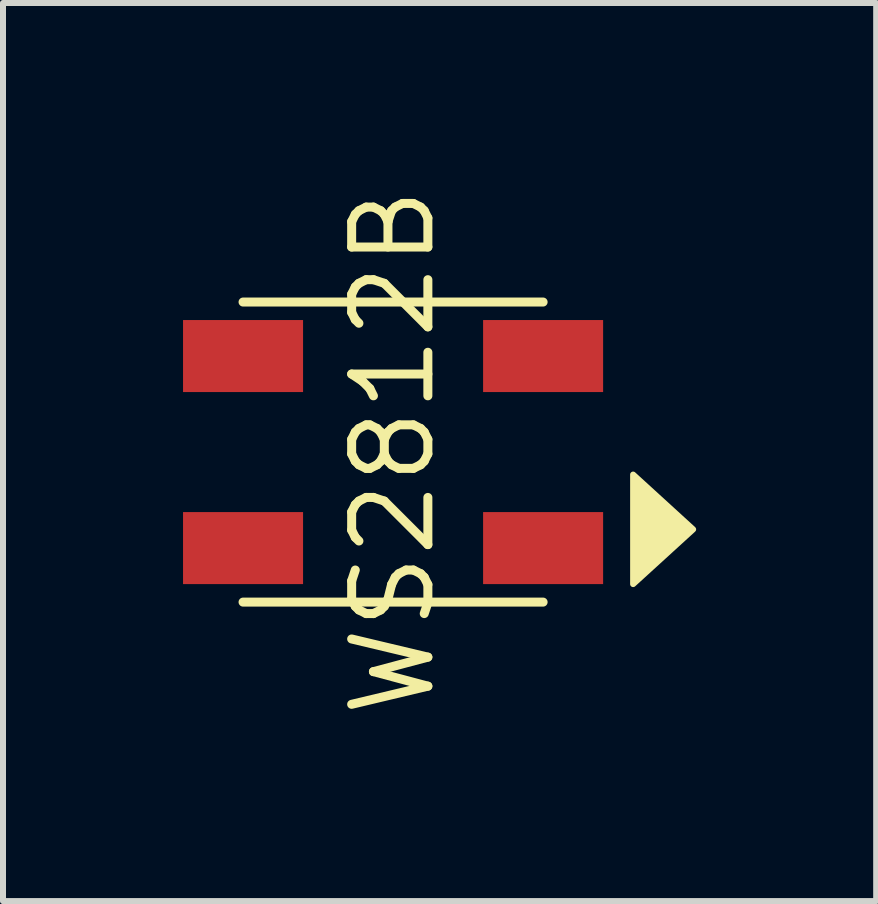
<source format=kicad_pcb>
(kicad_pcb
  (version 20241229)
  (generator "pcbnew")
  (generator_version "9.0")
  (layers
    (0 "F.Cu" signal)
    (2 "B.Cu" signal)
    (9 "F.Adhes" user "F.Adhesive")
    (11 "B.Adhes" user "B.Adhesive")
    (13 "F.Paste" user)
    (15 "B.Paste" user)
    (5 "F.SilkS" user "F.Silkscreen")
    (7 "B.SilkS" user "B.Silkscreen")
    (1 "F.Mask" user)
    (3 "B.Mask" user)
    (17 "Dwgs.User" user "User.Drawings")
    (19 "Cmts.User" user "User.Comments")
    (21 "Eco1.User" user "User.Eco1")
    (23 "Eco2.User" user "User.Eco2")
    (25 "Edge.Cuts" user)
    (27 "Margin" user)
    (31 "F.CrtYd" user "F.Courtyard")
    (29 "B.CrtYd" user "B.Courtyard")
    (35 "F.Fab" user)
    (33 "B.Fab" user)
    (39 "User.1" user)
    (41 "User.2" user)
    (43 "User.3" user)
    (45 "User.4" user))
  (footprint "WS2812B"
    (layer "F.Cu")
    (at 3.5 4.483)
    (property "Reference" "WS2812B" (at 0 0 270) (layer "F.SilkS") (effects (font (size 1.27 1.27) (thickness 0.15))))
    (attr through_hole)
    (fp_line (start -2.5 2.5) (end 2.5 2.5) (stroke (width 0.15) (type solid)) (layer "F.SilkS"))
    (fp_line (start 2.5 -2.5) (end -2.5 -2.5) (stroke (width 0.15) (type solid)) (layer "F.SilkS"))
    (fp_poly (pts (xy 4 2.2) (xy 4 0.375) (xy 5 1.288)) (stroke (width 0.1) (type solid)) (fill yes) (layer "F.SilkS"))
    (pad "11" smd rect (at -2.5 -1.6) (size 2 1.2) (layers "F.Cu" "F.Mask" "F.Paste"))
    (pad "22" smd rect (at -2.5 1.6) (size 2 1.2) (layers "F.Cu" "F.Mask" "F.Paste"))
    (pad "33" smd rect (at 2.5 1.6) (size 2 1.2) (layers "F.Cu" "F.Mask" "F.Paste"))
    (pad "44" smd rect (at 2.5 -1.6) (size 2 1.2) (layers "F.Cu" "F.Mask" "F.Paste")))
  (gr_rect
    (start -3 -3)
    (end 11.55 11.965)
    (stroke (width 0.1) (type default))
    (fill no)
    (layer "Edge.Cuts")))
</source>
